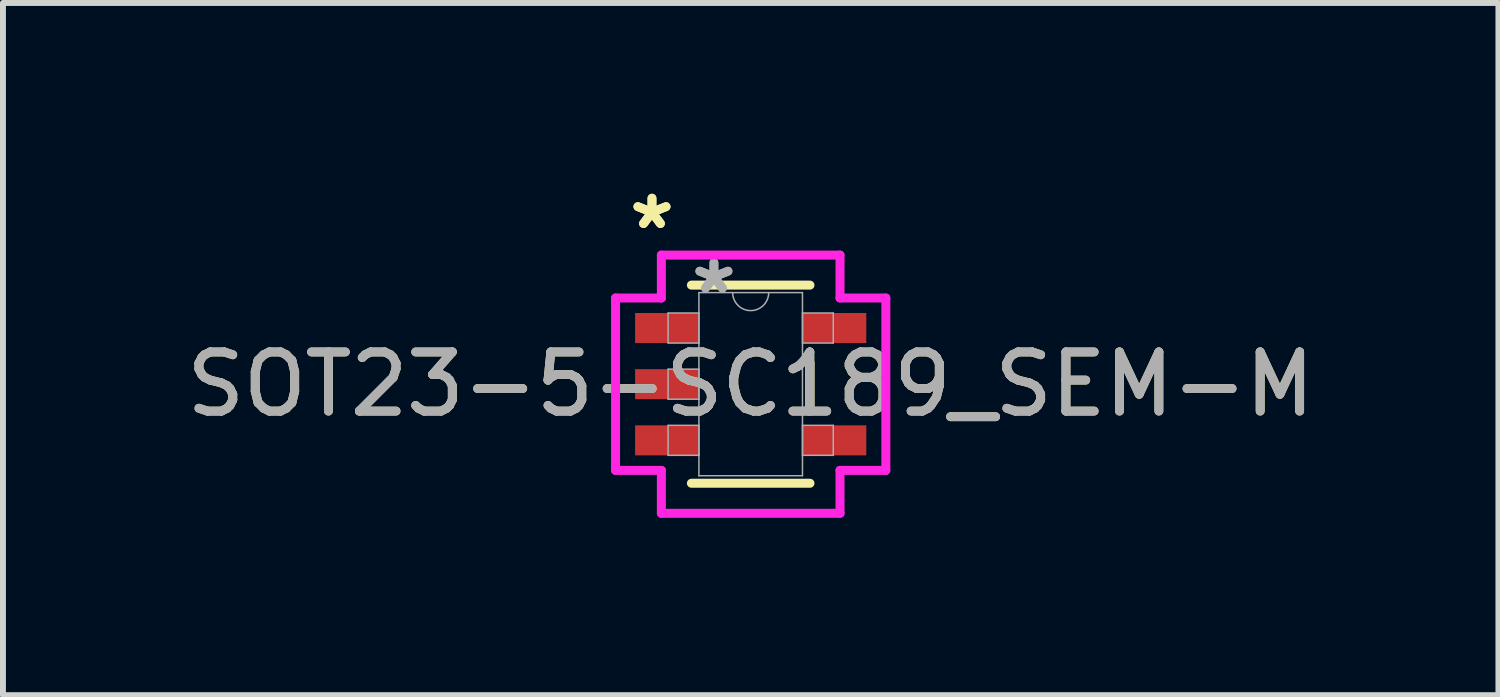
<source format=kicad_pcb>
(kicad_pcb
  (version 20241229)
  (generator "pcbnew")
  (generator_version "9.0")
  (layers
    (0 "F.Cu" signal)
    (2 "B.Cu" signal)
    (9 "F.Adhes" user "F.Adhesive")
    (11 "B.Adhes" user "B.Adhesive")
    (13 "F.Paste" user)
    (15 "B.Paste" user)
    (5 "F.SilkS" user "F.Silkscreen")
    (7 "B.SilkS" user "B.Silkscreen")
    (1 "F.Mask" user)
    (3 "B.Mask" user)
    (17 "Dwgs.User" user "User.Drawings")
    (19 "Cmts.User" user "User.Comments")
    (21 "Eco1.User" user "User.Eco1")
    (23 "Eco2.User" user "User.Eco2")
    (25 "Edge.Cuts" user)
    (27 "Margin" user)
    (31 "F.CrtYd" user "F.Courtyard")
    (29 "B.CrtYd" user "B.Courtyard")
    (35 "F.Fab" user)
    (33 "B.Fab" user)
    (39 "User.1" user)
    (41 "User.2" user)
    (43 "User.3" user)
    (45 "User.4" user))
  (footprint "SOT23-5-SC189_SEM-M"
    (layer "F.Cu")
    (at 9.649 3.449)
    (property "Reference" "SOT23-5-SC189_SEM-M" (at 0 0 0) (unlocked yes) (layer "F.SilkS") (effects (font (size 1 1) (thickness 0.15))))
    (attr smd)
    (fp_line (start -1.003 1.676) (end 1.003 1.676) (stroke (width 0.152) (type solid)) (layer "F.SilkS"))
    (fp_line (start 1.003 -1.676) (end -1.003 -1.676) (stroke (width 0.152) (type solid)) (layer "F.SilkS"))
    (fp_line (start 1.003 0.363) (end 1.003 -0.363) (stroke (width 0.152) (type solid)) (layer "F.SilkS"))
    (fp_line (start -2.286 -1.458) (end -1.511 -1.458) (stroke (width 0.152) (type solid)) (layer "F.CrtYd"))
    (fp_line (start -2.286 1.458) (end -2.286 -1.458) (stroke (width 0.152) (type solid)) (layer "F.CrtYd"))
    (fp_line (start -1.511 -2.184) (end 1.511 -2.184) (stroke (width 0.152) (type solid)) (layer "F.CrtYd"))
    (fp_line (start -1.511 -1.458) (end -1.511 -2.184) (stroke (width 0.152) (type solid)) (layer "F.CrtYd"))
    (fp_line (start -1.511 1.458) (end -2.286 1.458) (stroke (width 0.152) (type solid)) (layer "F.CrtYd"))
    (fp_line (start -1.511 2.184) (end -1.511 1.458) (stroke (width 0.152) (type solid)) (layer "F.CrtYd"))
    (fp_line (start 1.511 -2.184) (end 1.511 -1.458) (stroke (width 0.152) (type solid)) (layer "F.CrtYd"))
    (fp_line (start 1.511 -1.458) (end 2.286 -1.458) (stroke (width 0.152) (type solid)) (layer "F.CrtYd"))
    (fp_line (start 1.511 1.458) (end 1.511 2.184) (stroke (width 0.152) (type solid)) (layer "F.CrtYd"))
    (fp_line (start 1.511 2.184) (end -1.511 2.184) (stroke (width 0.152) (type solid)) (layer "F.CrtYd"))
    (fp_line (start 2.286 -1.458) (end 2.286 1.458) (stroke (width 0.152) (type solid)) (layer "F.CrtYd"))
    (fp_line (start 2.286 1.458) (end 1.511 1.458) (stroke (width 0.152) (type solid)) (layer "F.CrtYd"))
    (fp_line (start -1.397 -1.204) (end -1.397 -0.696) (stroke (width 0.025) (type solid)) (layer "F.Fab"))
    (fp_line (start -1.397 -0.696) (end -0.876 -0.696) (stroke (width 0.025) (type solid)) (layer "F.Fab"))
    (fp_line (start -1.397 -0.254) (end -1.397 0.254) (stroke (width 0.025) (type solid)) (layer "F.Fab"))
    (fp_line (start -1.397 0.254) (end -0.876 0.254) (stroke (width 0.025) (type solid)) (layer "F.Fab"))
    (fp_line (start -1.397 0.696) (end -1.397 1.204) (stroke (width 0.025) (type solid)) (layer "F.Fab"))
    (fp_line (start -1.397 1.204) (end -0.876 1.204) (stroke (width 0.025) (type solid)) (layer "F.Fab"))
    (fp_line (start -0.876 -1.549) (end -0.876 1.549) (stroke (width 0.025) (type solid)) (layer "F.Fab"))
    (fp_line (start -0.876 -1.204) (end -1.397 -1.204) (stroke (width 0.025) (type solid)) (layer "F.Fab"))
    (fp_line (start -0.876 -0.696) (end -0.876 -1.204) (stroke (width 0.025) (type solid)) (layer "F.Fab"))
    (fp_line (start -0.876 -0.254) (end -1.397 -0.254) (stroke (width 0.025) (type solid)) (layer "F.Fab"))
    (fp_line (start -0.876 0.254) (end -0.876 -0.254) (stroke (width 0.025) (type solid)) (layer "F.Fab"))
    (fp_line (start -0.876 0.696) (end -1.397 0.696) (stroke (width 0.025) (type solid)) (layer "F.Fab"))
    (fp_line (start -0.876 1.204) (end -0.876 0.696) (stroke (width 0.025) (type solid)) (layer "F.Fab"))
    (fp_line (start -0.876 1.549) (end 0.876 1.549) (stroke (width 0.025) (type solid)) (layer "F.Fab"))
    (fp_line (start 0.876 -1.549) (end -0.876 -1.549) (stroke (width 0.025) (type solid)) (layer "F.Fab"))
    (fp_line (start 0.876 -1.204) (end 0.876 -0.696) (stroke (width 0.025) (type solid)) (layer "F.Fab"))
    (fp_line (start 0.876 -0.696) (end 1.397 -0.696) (stroke (width 0.025) (type solid)) (layer "F.Fab"))
    (fp_line (start 0.876 0.696) (end 0.876 1.204) (stroke (width 0.025) (type solid)) (layer "F.Fab"))
    (fp_line (start 0.876 1.204) (end 1.397 1.204) (stroke (width 0.025) (type solid)) (layer "F.Fab"))
    (fp_line (start 0.876 1.549) (end 0.876 -1.549) (stroke (width 0.025) (type solid)) (layer "F.Fab"))
    (fp_line (start 1.397 -1.204) (end 0.876 -1.204) (stroke (width 0.025) (type solid)) (layer "F.Fab"))
    (fp_line (start 1.397 -0.696) (end 1.397 -1.204) (stroke (width 0.025) (type solid)) (layer "F.Fab"))
    (fp_line (start 1.397 0.696) (end 0.876 0.696) (stroke (width 0.025) (type solid)) (layer "F.Fab"))
    (fp_line (start 1.397 1.204) (end 1.397 0.696) (stroke (width 0.025) (type solid)) (layer "F.Fab"))
    (fp_arc (start 0.3048 -1.5494) (mid 0 -1.2446) (end -0.3048 -1.5494) (stroke (width 0.0254) (type solid)) (layer "F.Fab"))
    (fp_text user "*" (at -1.67 -2.601 0) (unlocked yes) (layer "F.SilkS") (effects (font (size 1 1) (thickness 0.15))))
    (fp_text user "*" (at -1.67 -2.601 0) (layer "F.SilkS") (effects (font (size 1 1) (thickness 0.15))))
    (fp_text user "*" (at -0.622 -1.509 0) (unlocked yes) (layer "F.Fab") (effects (font (size 1 1) (thickness 0.15))))
    (fp_text user "${REFERENCE}" (at 0 0 0) (unlocked yes) (layer "F.Fab") (effects (font (size 1 1) (thickness 0.15))))
    (fp_text user "*" (at -0.622 -1.509 0) (layer "F.Fab") (effects (font (size 1 1) (thickness 0.15))))
    (pad "1" smd rect (at -1.416 -0.95) (size 1.079 0.508) (layers "F.Cu" "F.Mask" "F.Paste"))
    (pad "2" smd rect (at -1.416 0) (size 1.079 0.508) (layers "F.Cu" "F.Mask" "F.Paste"))
    (pad "3" smd rect (at -1.416 0.95) (size 1.079 0.508) (layers "F.Cu" "F.Mask" "F.Paste"))
    (pad "4" smd rect (at 1.416 0.95) (size 1.079 0.508) (layers "F.Cu" "F.Mask" "F.Paste"))
    (pad "5" smd rect (at 1.416 -0.95) (size 1.079 0.508) (layers "F.Cu" "F.Mask" "F.Paste")))
  (gr_rect
    (start -3 -3)
    (end 22.298 8.71)
    (stroke (width 0.1) (type default))
    (fill no)
    (layer "Edge.Cuts")))
</source>
